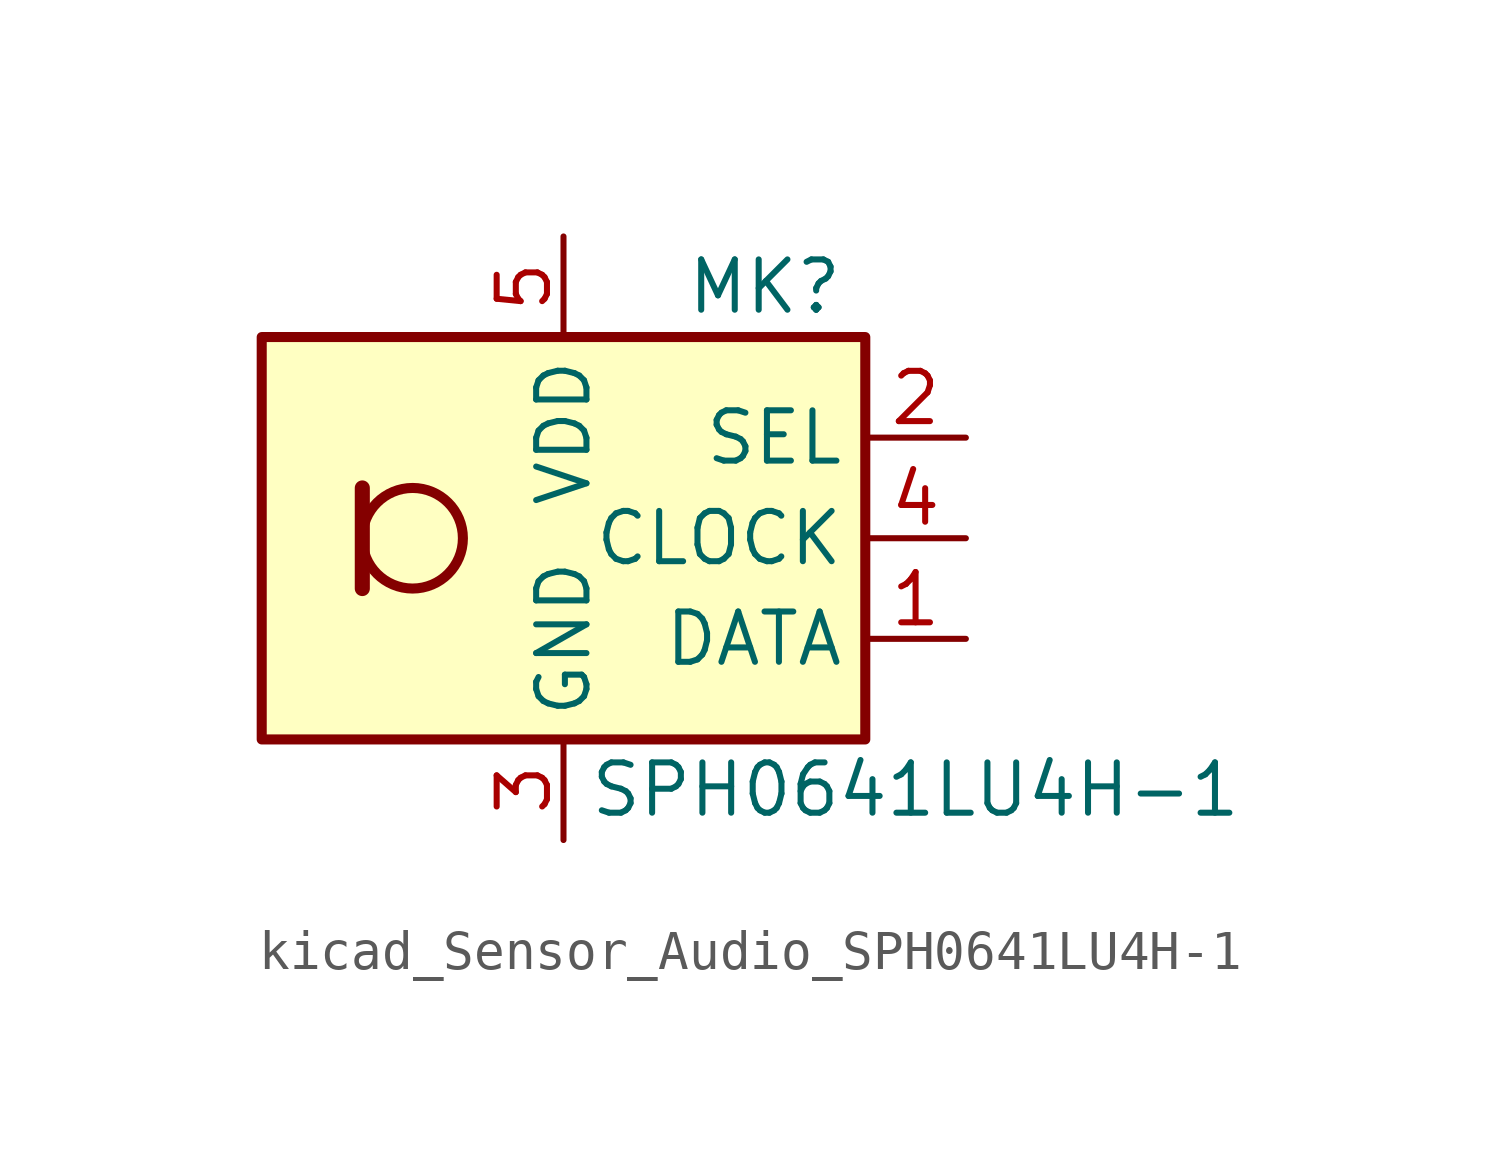
<source format=kicad_sym>
(kicad_symbol_lib
  (version 20220914)
  (generator kicad_symbol_editor)
  (symbol "kicad_Sensor_Audio_SPH0641LU4H-1"
    (property "Reference" "MK"
      (at 5.08 6.35 0)
      (effects (font (size 1.27 1.27))))
    (property "Value" "SPH0641LU4H-1"
      (at 8.89 -6.35 0)
      (effects (font (size 1.27 1.27))))
    (symbol "kicad_Sensor_Audio_SPH0641LU4H-1_1_1"
      (rectangle (start -7.62 5.08) (end 7.62 -5.08) (stroke (width 0.254) (type default)) (fill (type background)))
      (circle (center -3.81 0) (radius 1.27) (stroke (width 0.254) (type default)) (fill (type none)))
      (polyline (pts (xy -5.08 1.27) (xy -5.08 -1.27)) (stroke (width 0.381) (type default)) (fill (type none)))
      (pin output line (at 10.16 -2.54 180) (length 2.54) (name "DATA" (effects (font (size 1.27 1.27)))) (number "1" (effects (font (size 1.27 1.27)))))
      (pin input line (at 10.16 2.54 180) (length 2.54) (name "SEL" (effects (font (size 1.27 1.27)))) (number "2" (effects (font (size 1.27 1.27)))))
      (pin power_in line (at 0 -7.62 90) (length 2.54) (name "GND" (effects (font (size 1.27 1.27)))) (number "3" (effects (font (size 1.27 1.27)))))
      (pin input line (at 10.16 0 180) (length 2.54) (name "CLOCK" (effects (font (size 1.27 1.27)))) (number "4" (effects (font (size 1.27 1.27)))))
      (pin power_in line (at 0 7.62 270) (length 2.54) (name "VDD" (effects (font (size 1.27 1.27)))) (number "5" (effects (font (size 1.27 1.27))))))))
</source>
